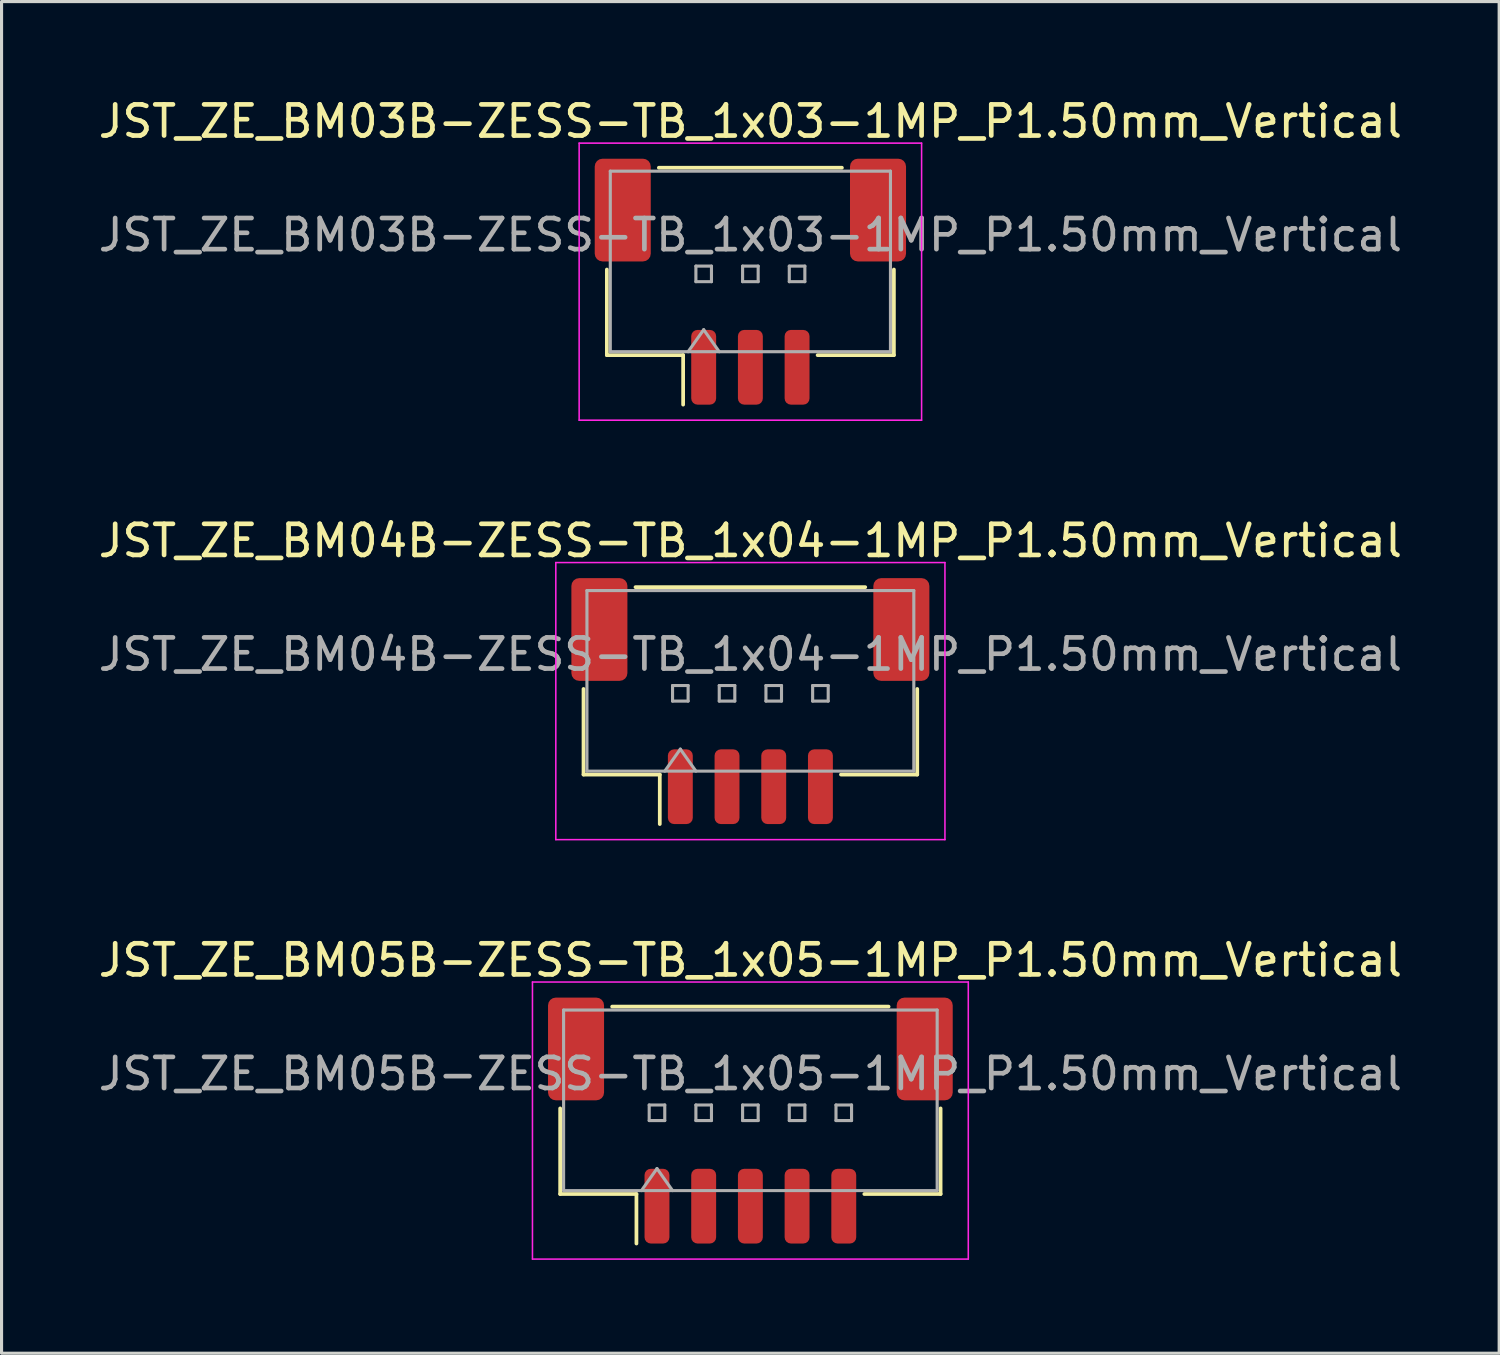
<source format=kicad_pcb>
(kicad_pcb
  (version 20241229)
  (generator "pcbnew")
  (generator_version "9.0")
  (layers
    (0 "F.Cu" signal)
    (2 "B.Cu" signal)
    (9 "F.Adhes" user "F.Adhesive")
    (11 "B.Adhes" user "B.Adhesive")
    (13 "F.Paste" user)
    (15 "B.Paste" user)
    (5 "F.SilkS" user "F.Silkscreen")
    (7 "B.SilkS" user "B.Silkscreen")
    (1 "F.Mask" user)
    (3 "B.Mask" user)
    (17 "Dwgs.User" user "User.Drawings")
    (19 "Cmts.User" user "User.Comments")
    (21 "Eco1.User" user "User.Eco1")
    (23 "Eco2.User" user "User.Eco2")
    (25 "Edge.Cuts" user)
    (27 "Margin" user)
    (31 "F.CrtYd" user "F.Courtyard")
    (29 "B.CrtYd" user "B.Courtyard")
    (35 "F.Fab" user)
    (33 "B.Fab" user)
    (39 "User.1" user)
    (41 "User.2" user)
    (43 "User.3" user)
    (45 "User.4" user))
  (footprint "JST_ZE_BM05B-ZESS-TB_1x05-1MP_P1.50mm_Vertical"
    (layer "F.Cu")
    (at 21.054 32.945)
    (property "Reference" "JST_ZE_BM05B-ZESS-TB_1x05-1MP_P1.50mm_Vertical" (at 0 -5.15 0) (layer "F.SilkS") (effects (font (size 1 1) (thickness 0.15))))
    (attr smd)
    (fp_line (start -6.11 -0.39) (end -6.11 2.36) (stroke (width 0.12) (type solid)) (layer "F.SilkS"))
    (fp_line (start -6.11 2.36) (end -3.66 2.36) (stroke (width 0.12) (type solid)) (layer "F.SilkS"))
    (fp_line (start -4.44 -3.66) (end 4.44 -3.66) (stroke (width 0.12) (type solid)) (layer "F.SilkS"))
    (fp_line (start -3.66 2.36) (end -3.66 3.95) (stroke (width 0.12) (type solid)) (layer "F.SilkS"))
    (fp_line (start 6.11 -0.39) (end 6.11 2.36) (stroke (width 0.12) (type solid)) (layer "F.SilkS"))
    (fp_line (start 6.11 2.36) (end 3.66 2.36) (stroke (width 0.12) (type solid)) (layer "F.SilkS"))
    (fp_line (start -7 -4.45) (end -7 4.45) (stroke (width 0.05) (type solid)) (layer "F.CrtYd"))
    (fp_line (start -7 4.45) (end 7 4.45) (stroke (width 0.05) (type solid)) (layer "F.CrtYd"))
    (fp_line (start 7 -4.45) (end -7 -4.45) (stroke (width 0.05) (type solid)) (layer "F.CrtYd"))
    (fp_line (start 7 4.45) (end 7 -4.45) (stroke (width 0.05) (type solid)) (layer "F.CrtYd"))
    (fp_line (start -6 -3.55) (end 6 -3.55) (stroke (width 0.1) (type solid)) (layer "F.Fab"))
    (fp_line (start -6 2.25) (end -6 -3.55) (stroke (width 0.1) (type solid)) (layer "F.Fab"))
    (fp_line (start -6 2.25) (end 6 2.25) (stroke (width 0.1) (type solid)) (layer "F.Fab"))
    (fp_line (start -3.5 2.25) (end -3 1.543) (stroke (width 0.1) (type solid)) (layer "F.Fab"))
    (fp_line (start -3.25 -0.5) (end -3.25 0) (stroke (width 0.1) (type solid)) (layer "F.Fab"))
    (fp_line (start -3.25 0) (end -2.75 0) (stroke (width 0.1) (type solid)) (layer "F.Fab"))
    (fp_line (start -3 1.543) (end -2.5 2.25) (stroke (width 0.1) (type solid)) (layer "F.Fab"))
    (fp_line (start -2.75 -0.5) (end -3.25 -0.5) (stroke (width 0.1) (type solid)) (layer "F.Fab"))
    (fp_line (start -2.75 0) (end -2.75 -0.5) (stroke (width 0.1) (type solid)) (layer "F.Fab"))
    (fp_line (start -1.75 -0.5) (end -1.75 0) (stroke (width 0.1) (type solid)) (layer "F.Fab"))
    (fp_line (start -1.75 0) (end -1.25 0) (stroke (width 0.1) (type solid)) (layer "F.Fab"))
    (fp_line (start -1.25 -0.5) (end -1.75 -0.5) (stroke (width 0.1) (type solid)) (layer "F.Fab"))
    (fp_line (start -1.25 0) (end -1.25 -0.5) (stroke (width 0.1) (type solid)) (layer "F.Fab"))
    (fp_line (start -0.25 -0.5) (end -0.25 0) (stroke (width 0.1) (type solid)) (layer "F.Fab"))
    (fp_line (start -0.25 0) (end 0.25 0) (stroke (width 0.1) (type solid)) (layer "F.Fab"))
    (fp_line (start 0.25 -0.5) (end -0.25 -0.5) (stroke (width 0.1) (type solid)) (layer "F.Fab"))
    (fp_line (start 0.25 0) (end 0.25 -0.5) (stroke (width 0.1) (type solid)) (layer "F.Fab"))
    (fp_line (start 1.25 -0.5) (end 1.25 0) (stroke (width 0.1) (type solid)) (layer "F.Fab"))
    (fp_line (start 1.25 0) (end 1.75 0) (stroke (width 0.1) (type solid)) (layer "F.Fab"))
    (fp_line (start 1.75 -0.5) (end 1.25 -0.5) (stroke (width 0.1) (type solid)) (layer "F.Fab"))
    (fp_line (start 1.75 0) (end 1.75 -0.5) (stroke (width 0.1) (type solid)) (layer "F.Fab"))
    (fp_line (start 2.75 -0.5) (end 2.75 0) (stroke (width 0.1) (type solid)) (layer "F.Fab"))
    (fp_line (start 2.75 0) (end 3.25 0) (stroke (width 0.1) (type solid)) (layer "F.Fab"))
    (fp_line (start 3.25 -0.5) (end 2.75 -0.5) (stroke (width 0.1) (type solid)) (layer "F.Fab"))
    (fp_line (start 3.25 0) (end 3.25 -0.5) (stroke (width 0.1) (type solid)) (layer "F.Fab"))
    (fp_line (start 6 2.25) (end 6 -3.55) (stroke (width 0.1) (type solid)) (layer "F.Fab"))
    (fp_text user "${REFERENCE}" (at 0 -1.5 0) (layer "F.Fab") (effects (font (size 1 1) (thickness 0.15))))
    (pad "1" smd roundrect (at -3 2.75) (size 0.8 2.4) (layers "F.Cu" "F.Mask" "F.Paste") (roundrect_rratio 0.25))
    (pad "2" smd roundrect (at -1.5 2.75) (size 0.8 2.4) (layers "F.Cu" "F.Mask" "F.Paste") (roundrect_rratio 0.25))
    (pad "3" smd roundrect (at 0 2.75) (size 0.8 2.4) (layers "F.Cu" "F.Mask" "F.Paste") (roundrect_rratio 0.25))
    (pad "4" smd roundrect (at 1.5 2.75) (size 0.8 2.4) (layers "F.Cu" "F.Mask" "F.Paste") (roundrect_rratio 0.25))
    (pad "5" smd roundrect (at 3 2.75) (size 0.8 2.4) (layers "F.Cu" "F.Mask" "F.Paste") (roundrect_rratio 0.25))
    (pad "MP" smd roundrect (at -5.6 -2.3) (size 1.8 3.3) (layers "F.Cu" "F.Mask" "F.Paste") (roundrect_rratio 0.139))
    (pad "MP" smd roundrect (at 5.6 -2.3) (size 1.8 3.3) (layers "F.Cu" "F.Mask" "F.Paste") (roundrect_rratio 0.139)))
  (footprint "JST_ZE_BM03B-ZESS-TB_1x03-1MP_P1.50mm_Vertical"
    (layer "F.Cu")
    (at 21.054 5.998)
    (property "Reference" "JST_ZE_BM03B-ZESS-TB_1x03-1MP_P1.50mm_Vertical" (at 0 -5.15 0) (layer "F.SilkS") (effects (font (size 1 1) (thickness 0.15))))
    (attr smd)
    (fp_line (start -4.61 -0.39) (end -4.61 2.36) (stroke (width 0.12) (type solid)) (layer "F.SilkS"))
    (fp_line (start -4.61 2.36) (end -2.16 2.36) (stroke (width 0.12) (type solid)) (layer "F.SilkS"))
    (fp_line (start -2.94 -3.66) (end 2.94 -3.66) (stroke (width 0.12) (type solid)) (layer "F.SilkS"))
    (fp_line (start -2.16 2.36) (end -2.16 3.95) (stroke (width 0.12) (type solid)) (layer "F.SilkS"))
    (fp_line (start 4.61 -0.39) (end 4.61 2.36) (stroke (width 0.12) (type solid)) (layer "F.SilkS"))
    (fp_line (start 4.61 2.36) (end 2.16 2.36) (stroke (width 0.12) (type solid)) (layer "F.SilkS"))
    (fp_line (start -5.5 -4.45) (end -5.5 4.45) (stroke (width 0.05) (type solid)) (layer "F.CrtYd"))
    (fp_line (start -5.5 4.45) (end 5.5 4.45) (stroke (width 0.05) (type solid)) (layer "F.CrtYd"))
    (fp_line (start 5.5 -4.45) (end -5.5 -4.45) (stroke (width 0.05) (type solid)) (layer "F.CrtYd"))
    (fp_line (start 5.5 4.45) (end 5.5 -4.45) (stroke (width 0.05) (type solid)) (layer "F.CrtYd"))
    (fp_line (start -4.5 -3.55) (end 4.5 -3.55) (stroke (width 0.1) (type solid)) (layer "F.Fab"))
    (fp_line (start -4.5 2.25) (end -4.5 -3.55) (stroke (width 0.1) (type solid)) (layer "F.Fab"))
    (fp_line (start -4.5 2.25) (end 4.5 2.25) (stroke (width 0.1) (type solid)) (layer "F.Fab"))
    (fp_line (start -2 2.25) (end -1.5 1.543) (stroke (width 0.1) (type solid)) (layer "F.Fab"))
    (fp_line (start -1.75 -0.5) (end -1.75 0) (stroke (width 0.1) (type solid)) (layer "F.Fab"))
    (fp_line (start -1.75 0) (end -1.25 0) (stroke (width 0.1) (type solid)) (layer "F.Fab"))
    (fp_line (start -1.5 1.543) (end -1 2.25) (stroke (width 0.1) (type solid)) (layer "F.Fab"))
    (fp_line (start -1.25 -0.5) (end -1.75 -0.5) (stroke (width 0.1) (type solid)) (layer "F.Fab"))
    (fp_line (start -1.25 0) (end -1.25 -0.5) (stroke (width 0.1) (type solid)) (layer "F.Fab"))
    (fp_line (start -0.25 -0.5) (end -0.25 0) (stroke (width 0.1) (type solid)) (layer "F.Fab"))
    (fp_line (start -0.25 0) (end 0.25 0) (stroke (width 0.1) (type solid)) (layer "F.Fab"))
    (fp_line (start 0.25 -0.5) (end -0.25 -0.5) (stroke (width 0.1) (type solid)) (layer "F.Fab"))
    (fp_line (start 0.25 0) (end 0.25 -0.5) (stroke (width 0.1) (type solid)) (layer "F.Fab"))
    (fp_line (start 1.25 -0.5) (end 1.25 0) (stroke (width 0.1) (type solid)) (layer "F.Fab"))
    (fp_line (start 1.25 0) (end 1.75 0) (stroke (width 0.1) (type solid)) (layer "F.Fab"))
    (fp_line (start 1.75 -0.5) (end 1.25 -0.5) (stroke (width 0.1) (type solid)) (layer "F.Fab"))
    (fp_line (start 1.75 0) (end 1.75 -0.5) (stroke (width 0.1) (type solid)) (layer "F.Fab"))
    (fp_line (start 4.5 2.25) (end 4.5 -3.55) (stroke (width 0.1) (type solid)) (layer "F.Fab"))
    (fp_text user "${REFERENCE}" (at 0 -1.5 0) (layer "F.Fab") (effects (font (size 1 1) (thickness 0.15))))
    (pad "1" smd roundrect (at -1.5 2.75) (size 0.8 2.4) (layers "F.Cu" "F.Mask" "F.Paste") (roundrect_rratio 0.25))
    (pad "2" smd roundrect (at 0 2.75) (size 0.8 2.4) (layers "F.Cu" "F.Mask" "F.Paste") (roundrect_rratio 0.25))
    (pad "3" smd roundrect (at 1.5 2.75) (size 0.8 2.4) (layers "F.Cu" "F.Mask" "F.Paste") (roundrect_rratio 0.25))
    (pad "MP" smd roundrect (at -4.1 -2.3) (size 1.8 3.3) (layers "F.Cu" "F.Mask" "F.Paste") (roundrect_rratio 0.139))
    (pad "MP" smd roundrect (at 4.1 -2.3) (size 1.8 3.3) (layers "F.Cu" "F.Mask" "F.Paste") (roundrect_rratio 0.139)))
  (footprint "JST_ZE_BM04B-ZESS-TB_1x04-1MP_P1.50mm_Vertical"
    (layer "F.Cu")
    (at 21.054 19.471)
    (property "Reference" "JST_ZE_BM04B-ZESS-TB_1x04-1MP_P1.50mm_Vertical" (at 0 -5.15 0) (layer "F.SilkS") (effects (font (size 1 1) (thickness 0.15))))
    (attr smd)
    (fp_line (start -5.36 -0.39) (end -5.36 2.36) (stroke (width 0.12) (type solid)) (layer "F.SilkS"))
    (fp_line (start -5.36 2.36) (end -2.91 2.36) (stroke (width 0.12) (type solid)) (layer "F.SilkS"))
    (fp_line (start -3.69 -3.66) (end 3.69 -3.66) (stroke (width 0.12) (type solid)) (layer "F.SilkS"))
    (fp_line (start -2.91 2.36) (end -2.91 3.95) (stroke (width 0.12) (type solid)) (layer "F.SilkS"))
    (fp_line (start 5.36 -0.39) (end 5.36 2.36) (stroke (width 0.12) (type solid)) (layer "F.SilkS"))
    (fp_line (start 5.36 2.36) (end 2.91 2.36) (stroke (width 0.12) (type solid)) (layer "F.SilkS"))
    (fp_line (start -6.25 -4.45) (end -6.25 4.45) (stroke (width 0.05) (type solid)) (layer "F.CrtYd"))
    (fp_line (start -6.25 4.45) (end 6.25 4.45) (stroke (width 0.05) (type solid)) (layer "F.CrtYd"))
    (fp_line (start 6.25 -4.45) (end -6.25 -4.45) (stroke (width 0.05) (type solid)) (layer "F.CrtYd"))
    (fp_line (start 6.25 4.45) (end 6.25 -4.45) (stroke (width 0.05) (type solid)) (layer "F.CrtYd"))
    (fp_line (start -5.25 -3.55) (end 5.25 -3.55) (stroke (width 0.1) (type solid)) (layer "F.Fab"))
    (fp_line (start -5.25 2.25) (end -5.25 -3.55) (stroke (width 0.1) (type solid)) (layer "F.Fab"))
    (fp_line (start -5.25 2.25) (end 5.25 2.25) (stroke (width 0.1) (type solid)) (layer "F.Fab"))
    (fp_line (start -2.75 2.25) (end -2.25 1.543) (stroke (width 0.1) (type solid)) (layer "F.Fab"))
    (fp_line (start -2.5 -0.5) (end -2.5 0) (stroke (width 0.1) (type solid)) (layer "F.Fab"))
    (fp_line (start -2.5 0) (end -2 0) (stroke (width 0.1) (type solid)) (layer "F.Fab"))
    (fp_line (start -2.25 1.543) (end -1.75 2.25) (stroke (width 0.1) (type solid)) (layer "F.Fab"))
    (fp_line (start -2 -0.5) (end -2.5 -0.5) (stroke (width 0.1) (type solid)) (layer "F.Fab"))
    (fp_line (start -2 0) (end -2 -0.5) (stroke (width 0.1) (type solid)) (layer "F.Fab"))
    (fp_line (start -1 -0.5) (end -1 0) (stroke (width 0.1) (type solid)) (layer "F.Fab"))
    (fp_line (start -1 0) (end -0.5 0) (stroke (width 0.1) (type solid)) (layer "F.Fab"))
    (fp_line (start -0.5 -0.5) (end -1 -0.5) (stroke (width 0.1) (type solid)) (layer "F.Fab"))
    (fp_line (start -0.5 0) (end -0.5 -0.5) (stroke (width 0.1) (type solid)) (layer "F.Fab"))
    (fp_line (start 0.5 -0.5) (end 0.5 0) (stroke (width 0.1) (type solid)) (layer "F.Fab"))
    (fp_line (start 0.5 0) (end 1 0) (stroke (width 0.1) (type solid)) (layer "F.Fab"))
    (fp_line (start 1 -0.5) (end 0.5 -0.5) (stroke (width 0.1) (type solid)) (layer "F.Fab"))
    (fp_line (start 1 0) (end 1 -0.5) (stroke (width 0.1) (type solid)) (layer "F.Fab"))
    (fp_line (start 2 -0.5) (end 2 0) (stroke (width 0.1) (type solid)) (layer "F.Fab"))
    (fp_line (start 2 0) (end 2.5 0) (stroke (width 0.1) (type solid)) (layer "F.Fab"))
    (fp_line (start 2.5 -0.5) (end 2 -0.5) (stroke (width 0.1) (type solid)) (layer "F.Fab"))
    (fp_line (start 2.5 0) (end 2.5 -0.5) (stroke (width 0.1) (type solid)) (layer "F.Fab"))
    (fp_line (start 5.25 2.25) (end 5.25 -3.55) (stroke (width 0.1) (type solid)) (layer "F.Fab"))
    (fp_text user "${REFERENCE}" (at 0 -1.5 0) (layer "F.Fab") (effects (font (size 1 1) (thickness 0.15))))
    (pad "1" smd roundrect (at -2.25 2.75) (size 0.8 2.4) (layers "F.Cu" "F.Mask" "F.Paste") (roundrect_rratio 0.25))
    (pad "2" smd roundrect (at -0.75 2.75) (size 0.8 2.4) (layers "F.Cu" "F.Mask" "F.Paste") (roundrect_rratio 0.25))
    (pad "3" smd roundrect (at 0.75 2.75) (size 0.8 2.4) (layers "F.Cu" "F.Mask" "F.Paste") (roundrect_rratio 0.25))
    (pad "4" smd roundrect (at 2.25 2.75) (size 0.8 2.4) (layers "F.Cu" "F.Mask" "F.Paste") (roundrect_rratio 0.25))
    (pad "MP" smd roundrect (at -4.85 -2.3) (size 1.8 3.3) (layers "F.Cu" "F.Mask" "F.Paste") (roundrect_rratio 0.139))
    (pad "MP" smd roundrect (at 4.85 -2.3) (size 1.8 3.3) (layers "F.Cu" "F.Mask" "F.Paste") (roundrect_rratio 0.139)))
  (gr_rect
    (start -3 -3)
    (end 45.107 40.42)
    (stroke (width 0.1) (type default))
    (fill no)
    (layer "Edge.Cuts")))
</source>
